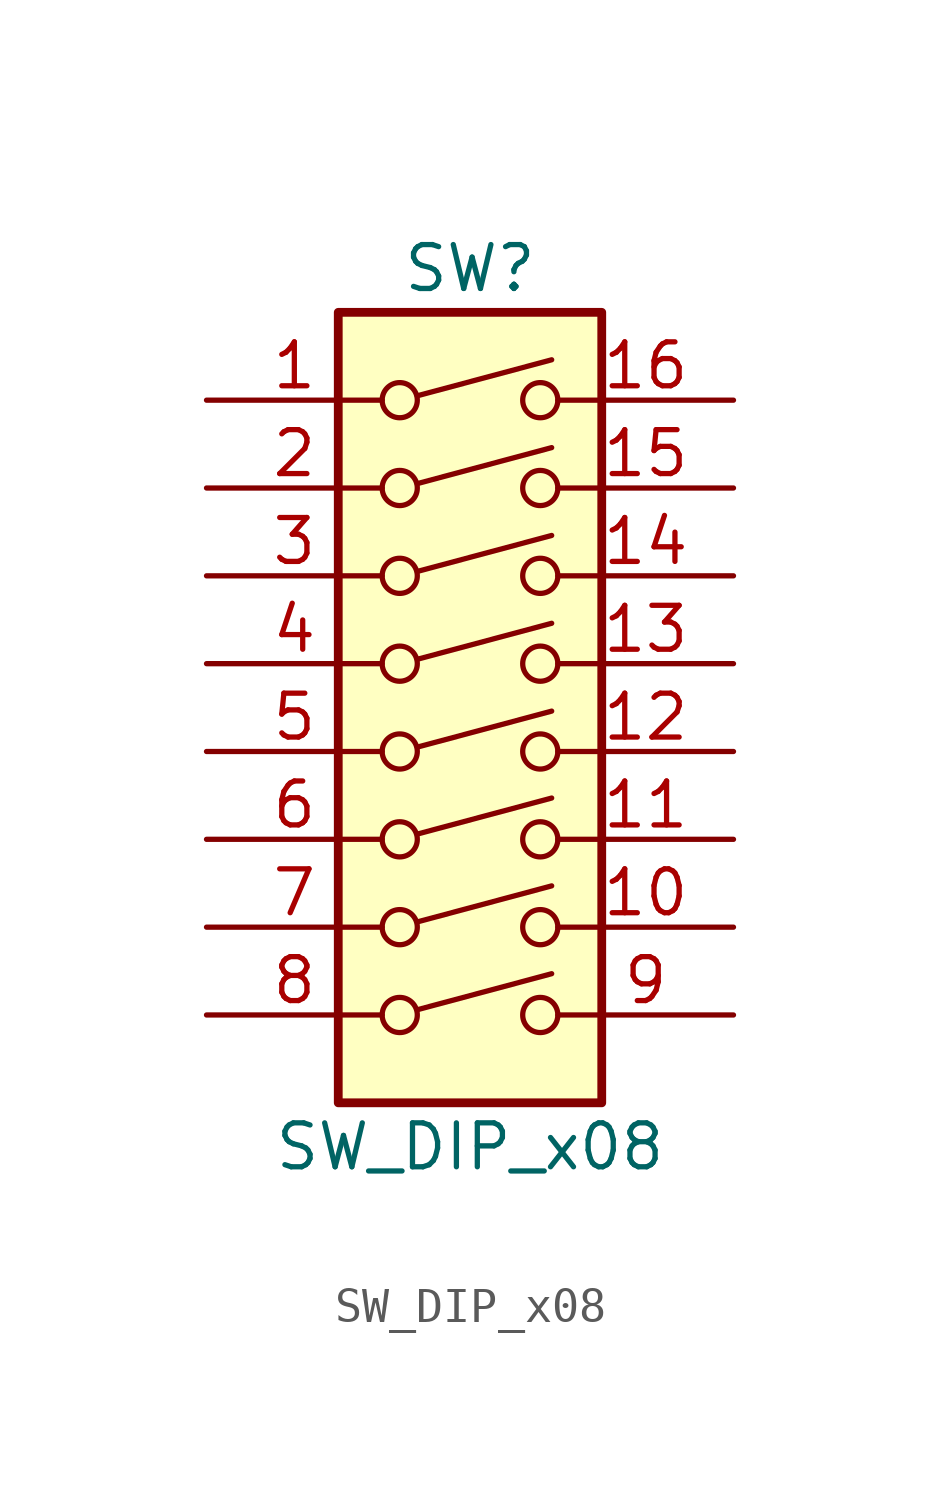
<source format=kicad_sym>
(kicad_symbol_lib
  (version 20231120)
  (generator "kicad_symbol_editor")
  (generator_version "8.0")
  (symbol "SW_DIP_x08"
    (pin_names
      (offset 0) hide)
    (property "Reference" "SW"
      (at 0 13.97 0)
      (effects (font (size 1.27 1.27))))
    (property "Value" "SW_DIP_x08"
      (at 0 -11.43 0)
      (effects (font (size 1.27 1.27))))
    (symbol "SW_DIP_x08_0_0"
      (circle (center -2.032 -7.62) (radius 0.508) (stroke (width 0) (type default)) (fill (type none)))
      (circle (center -2.032 -5.08) (radius 0.508) (stroke (width 0) (type default)) (fill (type none)))
      (circle (center -2.032 -2.54) (radius 0.508) (stroke (width 0) (type default)) (fill (type none)))
      (circle (center -2.032 0) (radius 0.508) (stroke (width 0) (type default)) (fill (type none)))
      (circle (center -2.032 2.54) (radius 0.508) (stroke (width 0) (type default)) (fill (type none)))
      (circle (center -2.032 5.08) (radius 0.508) (stroke (width 0) (type default)) (fill (type none)))
      (circle (center -2.032 7.62) (radius 0.508) (stroke (width 0) (type default)) (fill (type none)))
      (circle (center -2.032 10.16) (radius 0.508) (stroke (width 0) (type default)) (fill (type none)))
      (polyline (pts (xy -1.524 -7.468) (xy 2.362 -6.426)) (stroke (width 0) (type default)) (fill (type none)))
      (polyline (pts (xy -1.524 -4.928) (xy 2.362 -3.886)) (stroke (width 0) (type default)) (fill (type none)))
      (polyline (pts (xy -1.524 -2.388) (xy 2.362 -1.346)) (stroke (width 0) (type default)) (fill (type none)))
      (polyline (pts (xy -1.524 0.127) (xy 2.362 1.168)) (stroke (width 0) (type default)) (fill (type none)))
      (polyline (pts (xy -1.524 2.667) (xy 2.362 3.708)) (stroke (width 0) (type default)) (fill (type none)))
      (polyline (pts (xy -1.524 5.207) (xy 2.362 6.248)) (stroke (width 0) (type default)) (fill (type none)))
      (polyline (pts (xy -1.524 7.747) (xy 2.362 8.788)) (stroke (width 0) (type default)) (fill (type none)))
      (polyline (pts (xy -1.524 10.287) (xy 2.362 11.328)) (stroke (width 0) (type default)) (fill (type none)))
      (circle (center 2.032 -7.62) (radius 0.508) (stroke (width 0) (type default)) (fill (type none)))
      (circle (center 2.032 -5.08) (radius 0.508) (stroke (width 0) (type default)) (fill (type none)))
      (circle (center 2.032 -2.54) (radius 0.508) (stroke (width 0) (type default)) (fill (type none)))
      (circle (center 2.032 0) (radius 0.508) (stroke (width 0) (type default)) (fill (type none)))
      (circle (center 2.032 2.54) (radius 0.508) (stroke (width 0) (type default)) (fill (type none)))
      (circle (center 2.032 5.08) (radius 0.508) (stroke (width 0) (type default)) (fill (type none)))
      (circle (center 2.032 7.62) (radius 0.508) (stroke (width 0) (type default)) (fill (type none)))
      (circle (center 2.032 10.16) (radius 0.508) (stroke (width 0) (type default)) (fill (type none))))
    (symbol "SW_DIP_x08_0_1"
      (rectangle (start -3.81 12.7) (end 3.81 -10.16) (stroke (width 0.254) (type default)) (fill (type background))))
    (symbol "SW_DIP_x08_1_1"
      (pin passive line (at -7.62 10.16 0) (length 5.08) (name "~" (effects (font (size 1.27 1.27)))) (number "1" (effects (font (size 1.27 1.27)))))
      (pin passive line (at 7.62 -5.08 180) (length 5.08) (name "~" (effects (font (size 1.27 1.27)))) (number "10" (effects (font (size 1.27 1.27)))))
      (pin passive line (at 7.62 -2.54 180) (length 5.08) (name "~" (effects (font (size 1.27 1.27)))) (number "11" (effects (font (size 1.27 1.27)))))
      (pin passive line (at 7.62 0 180) (length 5.08) (name "~" (effects (font (size 1.27 1.27)))) (number "12" (effects (font (size 1.27 1.27)))))
      (pin passive line (at 7.62 2.54 180) (length 5.08) (name "~" (effects (font (size 1.27 1.27)))) (number "13" (effects (font (size 1.27 1.27)))))
      (pin passive line (at 7.62 5.08 180) (length 5.08) (name "~" (effects (font (size 1.27 1.27)))) (number "14" (effects (font (size 1.27 1.27)))))
      (pin passive line (at 7.62 7.62 180) (length 5.08) (name "~" (effects (font (size 1.27 1.27)))) (number "15" (effects (font (size 1.27 1.27)))))
      (pin passive line (at 7.62 10.16 180) (length 5.08) (name "~" (effects (font (size 1.27 1.27)))) (number "16" (effects (font (size 1.27 1.27)))))
      (pin passive line (at -7.62 7.62 0) (length 5.08) (name "~" (effects (font (size 1.27 1.27)))) (number "2" (effects (font (size 1.27 1.27)))))
      (pin passive line (at -7.62 5.08 0) (length 5.08) (name "~" (effects (font (size 1.27 1.27)))) (number "3" (effects (font (size 1.27 1.27)))))
      (pin passive line (at -7.62 2.54 0) (length 5.08) (name "~" (effects (font (size 1.27 1.27)))) (number "4" (effects (font (size 1.27 1.27)))))
      (pin passive line (at -7.62 0 0) (length 5.08) (name "~" (effects (font (size 1.27 1.27)))) (number "5" (effects (font (size 1.27 1.27)))))
      (pin passive line (at -7.62 -2.54 0) (length 5.08) (name "~" (effects (font (size 1.27 1.27)))) (number "6" (effects (font (size 1.27 1.27)))))
      (pin passive line (at -7.62 -5.08 0) (length 5.08) (name "~" (effects (font (size 1.27 1.27)))) (number "7" (effects (font (size 1.27 1.27)))))
      (pin passive line (at -7.62 -7.62 0) (length 5.08) (name "~" (effects (font (size 1.27 1.27)))) (number "8" (effects (font (size 1.27 1.27)))))
      (pin passive line (at 7.62 -7.62 180) (length 5.08) (name "~" (effects (font (size 1.27 1.27)))) (number "9" (effects (font (size 1.27 1.27))))))))
</source>
